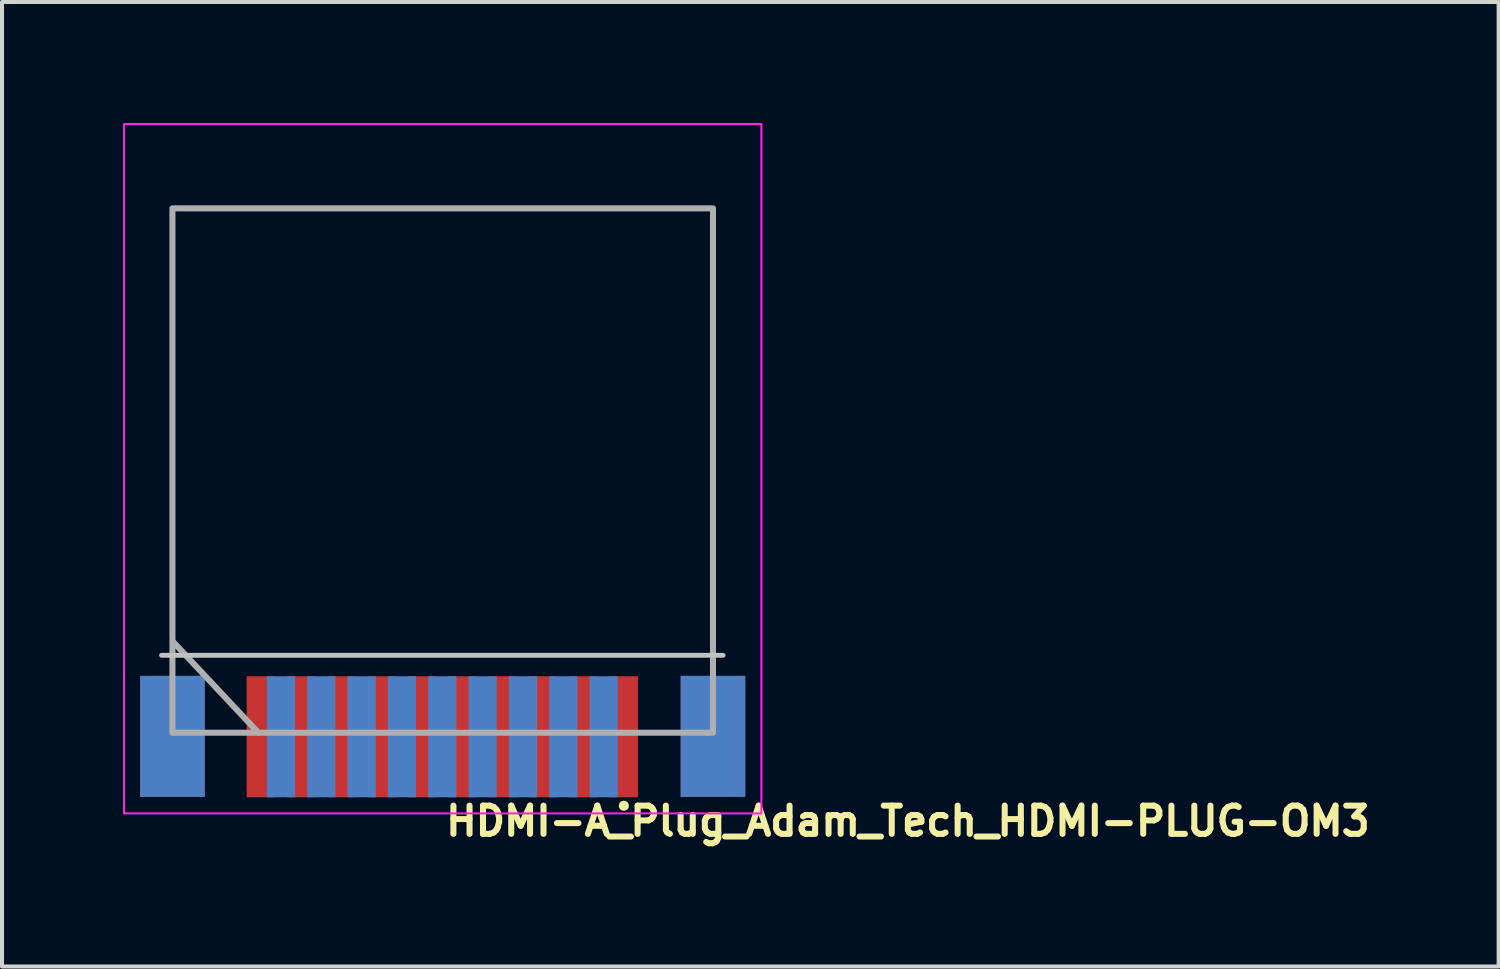
<source format=kicad_pcb>
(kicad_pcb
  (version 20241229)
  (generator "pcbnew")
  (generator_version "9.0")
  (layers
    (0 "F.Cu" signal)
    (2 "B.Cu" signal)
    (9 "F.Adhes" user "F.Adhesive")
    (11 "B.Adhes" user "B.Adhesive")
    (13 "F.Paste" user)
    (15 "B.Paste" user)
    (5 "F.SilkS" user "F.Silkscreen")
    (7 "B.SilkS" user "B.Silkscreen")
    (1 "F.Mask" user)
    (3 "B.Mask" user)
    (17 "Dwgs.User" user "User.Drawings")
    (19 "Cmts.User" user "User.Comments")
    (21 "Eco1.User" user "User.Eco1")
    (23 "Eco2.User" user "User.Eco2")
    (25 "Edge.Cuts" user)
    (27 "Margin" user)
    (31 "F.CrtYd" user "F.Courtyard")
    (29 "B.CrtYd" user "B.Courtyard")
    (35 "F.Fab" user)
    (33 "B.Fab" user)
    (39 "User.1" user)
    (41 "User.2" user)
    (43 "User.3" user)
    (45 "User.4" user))
  (footprint "HDMI-A_Plug_Adam_Tech_HDMI-PLUG-OM3"
    (layer "F.Cu")
    (at 7.915 8.025)
    (property "Reference" "HDMI-A_Plug_Adam_Tech_HDMI-PLUG-OM3" (at 0.01 9.69 0) (unlocked yes) (layer "F.SilkS") (effects (font (size 0.7 0.7) (thickness 0.15)) (justify left bottom)))
    (attr smd)
    (fp_circle (center 4.5 8.9) (end 4.55 8.9) (stroke (width 0.15) (type solid)) (fill yes) (layer "F.SilkS"))
    (fp_line (start -6.96 5.17) (end 6.96 5.17) (stroke (width 0.12) (type default)) (layer "Dwgs.User"))
    (fp_rect (start -7.89 -8) (end 7.91 9.09) (stroke (width 0.05) (type solid)) (fill no) (layer "F.CrtYd"))
    (fp_line (start -6.68 4.83) (end -4.56 7.09) (stroke (width 0.15) (type solid)) (layer "F.Fab"))
    (fp_rect (start -6.69 -5.91) (end 6.71 7.09) (stroke (width 0.15) (type solid)) (fill no) (layer "F.Fab"))
    (fp_rect (start -6.985 -7.6) (end 6.985 7.6) (stroke (width 0.1) (type solid)) (fill no) (layer "User.5"))
    (fp_line (start -6.985 -7.6) (end -6.985 2.1) (stroke (width 0.02) (type solid)) (layer "User.9"))
    (fp_line (start -6.985 -7.6) (end -6.985 5.2) (stroke (width 0.02) (type solid)) (layer "User.9"))
    (fp_line (start -6.985 -7.6) (end -6.983 -7.6) (stroke (width 0.02) (type solid)) (layer "User.9"))
    (fp_line (start -6.985 2.1) (end -6.985 5.2) (stroke (width 0.02) (type solid)) (layer "User.9"))
    (fp_line (start -6.985 5.2) (end -6.985 7.6) (stroke (width 0.02) (type solid)) (layer "User.9"))
    (fp_line (start -6.985 5.2) (end -6.983 5.2) (stroke (width 0.02) (type solid)) (layer "User.9"))
    (fp_line (start -6.985 5.2) (end -6.983 5.2) (stroke (width 0.02) (type solid)) (layer "User.9"))
    (fp_line (start -6.983 -7.6) (end -6.975 -7.6) (stroke (width 0.02) (type solid)) (layer "User.9"))
    (fp_line (start -6.983 5.2) (end -6.977 5.2) (stroke (width 0.02) (type solid)) (layer "User.9"))
    (fp_line (start -6.983 5.2) (end -6.977 5.2) (stroke (width 0.02) (type solid)) (layer "User.9"))
    (fp_line (start -6.977 5.2) (end -6.967 5.2) (stroke (width 0.02) (type solid)) (layer "User.9"))
    (fp_line (start -6.975 -7.6) (end -6.964 -7.6) (stroke (width 0.02) (type solid)) (layer "User.9"))
    (fp_line (start -6.967 5.2) (end -6.954 5.2) (stroke (width 0.02) (type solid)) (layer "User.9"))
    (fp_line (start -6.964 -7.6) (end -6.947 -7.6) (stroke (width 0.02) (type solid)) (layer "User.9"))
    (fp_line (start -6.954 5.2) (end -6.938 5.2) (stroke (width 0.02) (type solid)) (layer "User.9"))
    (fp_line (start -6.947 -7.6) (end -6.927 -7.6) (stroke (width 0.02) (type solid)) (layer "User.9"))
    (fp_line (start -6.938 5.2) (end -6.919 5.2) (stroke (width 0.02) (type solid)) (layer "User.9"))
    (fp_line (start -6.927 -7.6) (end -6.902 -7.6) (stroke (width 0.02) (type solid)) (layer "User.9"))
    (fp_line (start -6.919 5.2) (end -6.897 5.2) (stroke (width 0.02) (type solid)) (layer "User.9"))
    (fp_line (start -6.902 -7.6) (end -6.873 -7.6) (stroke (width 0.02) (type solid)) (layer "User.9"))
    (fp_line (start -6.897 5.2) (end -6.871 5.2) (stroke (width 0.02) (type solid)) (layer "User.9"))
    (fp_line (start -6.873 -7.6) (end -6.842 -7.6) (stroke (width 0.02) (type solid)) (layer "User.9"))
    (fp_line (start -6.871 5.2) (end -6.844 5.2) (stroke (width 0.02) (type solid)) (layer "User.9"))
    (fp_line (start -6.858 5.2) (end -6.858 7.6) (stroke (width 0.02) (type solid)) (layer "User.9"))
    (fp_line (start -6.858 5.225) (end -6.858 5.2) (stroke (width 0.02) (type solid)) (layer "User.9"))
    (fp_line (start -6.858 7.6) (end -6.985 7.6) (stroke (width 0.02) (type solid)) (layer "User.9"))
    (fp_line (start -6.844 5.2) (end -6.814 5.2) (stroke (width 0.02) (type solid)) (layer "User.9"))
    (fp_line (start -6.842 -7.6) (end -6.807 -7.6) (stroke (width 0.02) (type solid)) (layer "User.9"))
    (fp_line (start -6.814 5.2) (end -6.782 5.2) (stroke (width 0.02) (type solid)) (layer "User.9"))
    (fp_line (start -6.807 -7.6) (end -6.769 -7.6) (stroke (width 0.02) (type solid)) (layer "User.9"))
    (fp_line (start -6.782 5.2) (end -6.749 5.2) (stroke (width 0.02) (type solid)) (layer "User.9"))
    (fp_line (start -6.769 -7.6) (end -6.73 -7.6) (stroke (width 0.02) (type solid)) (layer "User.9"))
    (fp_line (start -6.749 5.2) (end -6.714 5.2) (stroke (width 0.02) (type solid)) (layer "User.9"))
    (fp_line (start -6.73 -7.6) (end -6.689 -7.6) (stroke (width 0.02) (type solid)) (layer "User.9"))
    (fp_line (start -6.714 5.2) (end -6.678 5.2) (stroke (width 0.02) (type solid)) (layer "User.9"))
    (fp_line (start -6.689 -7.6) (end -6.647 -7.6) (stroke (width 0.02) (type solid)) (layer "User.9"))
    (fp_line (start -6.678 5.2) (end -6.641 5.2) (stroke (width 0.02) (type solid)) (layer "User.9"))
    (fp_line (start -6.647 -7.6) (end -6.604 -7.6) (stroke (width 0.02) (type solid)) (layer "User.9"))
    (fp_line (start -6.641 5.2) (end -6.604 5.2) (stroke (width 0.02) (type solid)) (layer "User.9"))
    (fp_line (start -6.604 -7.6) (end -6.604 5.2) (stroke (width 0.02) (type solid)) (layer "User.9"))
    (fp_line (start -6.604 -7.6) (end 6.604 -7.6) (stroke (width 0.02) (type solid)) (layer "User.9"))
    (fp_line (start -4.7 7.6) (end -4.7 5.2) (stroke (width 0.02) (type solid)) (layer "User.9"))
    (fp_line (start -4.7 7.6) (end -4.3 7.6) (stroke (width 0.02) (type solid)) (layer "User.9"))
    (fp_line (start -4.3 5.2) (end -4.3 7.6) (stroke (width 0.02) (type solid)) (layer "User.9"))
    (fp_line (start -4.2 7.6) (end -4.2 5.2) (stroke (width 0.02) (type solid)) (layer "User.9"))
    (fp_line (start -3.8 5.2) (end -3.8 7.6) (stroke (width 0.02) (type solid)) (layer "User.9"))
    (fp_line (start -3.8 7.6) (end -4.2 7.6) (stroke (width 0.02) (type solid)) (layer "User.9"))
    (fp_line (start -3.7 7.6) (end -3.7 5.2) (stroke (width 0.02) (type solid)) (layer "User.9"))
    (fp_line (start -3.7 7.6) (end -3.3 7.6) (stroke (width 0.02) (type solid)) (layer "User.9"))
    (fp_line (start -3.3 5.2) (end -3.3 7.6) (stroke (width 0.02) (type solid)) (layer "User.9"))
    (fp_line (start -3.2 7.6) (end -3.2 5.2) (stroke (width 0.02) (type solid)) (layer "User.9"))
    (fp_line (start -2.8 5.2) (end -2.8 7.6) (stroke (width 0.02) (type solid)) (layer "User.9"))
    (fp_line (start -2.8 7.6) (end -3.2 7.6) (stroke (width 0.02) (type solid)) (layer "User.9"))
    (fp_line (start -2.7 7.6) (end -2.7 5.2) (stroke (width 0.02) (type solid)) (layer "User.9"))
    (fp_line (start -2.7 7.6) (end -2.3 7.6) (stroke (width 0.02) (type solid)) (layer "User.9"))
    (fp_line (start -2.3 5.2) (end -2.3 7.6) (stroke (width 0.02) (type solid)) (layer "User.9"))
    (fp_line (start -2.2 7.6) (end -2.2 5.2) (stroke (width 0.02) (type solid)) (layer "User.9"))
    (fp_line (start -1.8 5.2) (end -1.8 7.6) (stroke (width 0.02) (type solid)) (layer "User.9"))
    (fp_line (start -1.8 7.6) (end -2.2 7.6) (stroke (width 0.02) (type solid)) (layer "User.9"))
    (fp_line (start -1.7 7.6) (end -1.7 5.2) (stroke (width 0.02) (type solid)) (layer "User.9"))
    (fp_line (start -1.7 7.6) (end -1.3 7.6) (stroke (width 0.02) (type solid)) (layer "User.9"))
    (fp_line (start -1.3 5.2) (end -1.3 7.6) (stroke (width 0.02) (type solid)) (layer "User.9"))
    (fp_line (start -1.2 7.6) (end -1.2 5.2) (stroke (width 0.02) (type solid)) (layer "User.9"))
    (fp_line (start -0.8 5.2) (end -0.8 7.6) (stroke (width 0.02) (type solid)) (layer "User.9"))
    (fp_line (start -0.8 7.6) (end -1.2 7.6) (stroke (width 0.02) (type solid)) (layer "User.9"))
    (fp_line (start -0.7 7.6) (end -0.7 5.2) (stroke (width 0.02) (type solid)) (layer "User.9"))
    (fp_line (start -0.7 7.6) (end -0.3 7.6) (stroke (width 0.02) (type solid)) (layer "User.9"))
    (fp_line (start -0.3 5.2) (end -0.3 7.6) (stroke (width 0.02) (type solid)) (layer "User.9"))
    (fp_line (start -0.2 7.6) (end -0.2 5.2) (stroke (width 0.02) (type solid)) (layer "User.9"))
    (fp_line (start 0.2 5.2) (end 0.2 7.6) (stroke (width 0.02) (type solid)) (layer "User.9"))
    (fp_line (start 0.2 7.6) (end -0.2 7.6) (stroke (width 0.02) (type solid)) (layer "User.9"))
    (fp_line (start 0.3 7.6) (end 0.3 5.2) (stroke (width 0.02) (type solid)) (layer "User.9"))
    (fp_line (start 0.3 7.6) (end 0.7 7.6) (stroke (width 0.02) (type solid)) (layer "User.9"))
    (fp_line (start 0.7 5.2) (end 0.7 7.6) (stroke (width 0.02) (type solid)) (layer "User.9"))
    (fp_line (start 0.8 7.6) (end 0.8 5.2) (stroke (width 0.02) (type solid)) (layer "User.9"))
    (fp_line (start 1.2 5.2) (end 1.2 7.6) (stroke (width 0.02) (type solid)) (layer "User.9"))
    (fp_line (start 1.2 7.6) (end 0.8 7.6) (stroke (width 0.02) (type solid)) (layer "User.9"))
    (fp_line (start 1.3 7.6) (end 1.3 5.2) (stroke (width 0.02) (type solid)) (layer "User.9"))
    (fp_line (start 1.3 7.6) (end 1.7 7.6) (stroke (width 0.02) (type solid)) (layer "User.9"))
    (fp_line (start 1.7 5.2) (end 1.7 7.6) (stroke (width 0.02) (type solid)) (layer "User.9"))
    (fp_line (start 1.8 7.6) (end 1.8 5.2) (stroke (width 0.02) (type solid)) (layer "User.9"))
    (fp_line (start 2.2 5.2) (end 2.2 7.6) (stroke (width 0.02) (type solid)) (layer "User.9"))
    (fp_line (start 2.2 7.6) (end 1.8 7.6) (stroke (width 0.02) (type solid)) (layer "User.9"))
    (fp_line (start 2.3 7.6) (end 2.3 5.2) (stroke (width 0.02) (type solid)) (layer "User.9"))
    (fp_line (start 2.3 7.6) (end 2.7 7.6) (stroke (width 0.02) (type solid)) (layer "User.9"))
    (fp_line (start 2.7 5.2) (end 2.7 7.6) (stroke (width 0.02) (type solid)) (layer "User.9"))
    (fp_line (start 2.8 7.6) (end 2.8 5.2) (stroke (width 0.02) (type solid)) (layer "User.9"))
    (fp_line (start 3.2 5.2) (end 3.2 7.6) (stroke (width 0.02) (type solid)) (layer "User.9"))
    (fp_line (start 3.2 7.6) (end 2.8 7.6) (stroke (width 0.02) (type solid)) (layer "User.9"))
    (fp_line (start 3.3 7.6) (end 3.3 5.2) (stroke (width 0.02) (type solid)) (layer "User.9"))
    (fp_line (start 3.3 7.6) (end 3.7 7.6) (stroke (width 0.02) (type solid)) (layer "User.9"))
    (fp_line (start 3.7 5.2) (end 3.7 7.6) (stroke (width 0.02) (type solid)) (layer "User.9"))
    (fp_line (start 3.8 7.6) (end 3.8 5.2) (stroke (width 0.02) (type solid)) (layer "User.9"))
    (fp_line (start 4.2 5.2) (end 4.2 7.6) (stroke (width 0.02) (type solid)) (layer "User.9"))
    (fp_line (start 4.2 7.6) (end 3.8 7.6) (stroke (width 0.02) (type solid)) (layer "User.9"))
    (fp_line (start 4.3 5.2) (end 4.3 7.6) (stroke (width 0.02) (type solid)) (layer "User.9"))
    (fp_line (start 4.3 7.6) (end 4.7 7.6) (stroke (width 0.02) (type solid)) (layer "User.9"))
    (fp_line (start 4.7 7.6) (end 4.7 5.2) (stroke (width 0.02) (type solid)) (layer "User.9"))
    (fp_line (start 6.604 -7.6) (end 6.604 5.2) (stroke (width 0.02) (type solid)) (layer "User.9"))
    (fp_line (start 6.604 -7.6) (end 6.647 -7.6) (stroke (width 0.02) (type solid)) (layer "User.9"))
    (fp_line (start 6.604 5.2) (end -6.604 5.2) (stroke (width 0.02) (type solid)) (layer "User.9"))
    (fp_line (start 6.604 5.2) (end 6.637 5.2) (stroke (width 0.02) (type solid)) (layer "User.9"))
    (fp_line (start 6.637 5.2) (end 6.669 5.2) (stroke (width 0.02) (type solid)) (layer "User.9"))
    (fp_line (start 6.647 -7.6) (end 6.689 -7.6) (stroke (width 0.02) (type solid)) (layer "User.9"))
    (fp_line (start 6.669 5.2) (end 6.701 5.2) (stroke (width 0.02) (type solid)) (layer "User.9"))
    (fp_line (start 6.689 -7.6) (end 6.73 -7.6) (stroke (width 0.02) (type solid)) (layer "User.9"))
    (fp_line (start 6.701 5.2) (end 6.732 5.2) (stroke (width 0.02) (type solid)) (layer "User.9"))
    (fp_line (start 6.73 -7.6) (end 6.769 -7.6) (stroke (width 0.02) (type solid)) (layer "User.9"))
    (fp_line (start 6.732 5.2) (end 6.762 5.2) (stroke (width 0.02) (type solid)) (layer "User.9"))
    (fp_line (start 6.762 5.2) (end 6.791 5.2) (stroke (width 0.02) (type solid)) (layer "User.9"))
    (fp_line (start 6.769 -7.6) (end 6.807 -7.6) (stroke (width 0.02) (type solid)) (layer "User.9"))
    (fp_line (start 6.791 5.2) (end 6.819 5.2) (stroke (width 0.02) (type solid)) (layer "User.9"))
    (fp_line (start 6.807 -7.6) (end 6.842 -7.6) (stroke (width 0.02) (type solid)) (layer "User.9"))
    (fp_line (start 6.819 5.2) (end 6.845 5.2) (stroke (width 0.02) (type solid)) (layer "User.9"))
    (fp_line (start 6.842 -7.6) (end 6.873 -7.6) (stroke (width 0.02) (type solid)) (layer "User.9"))
    (fp_line (start 6.845 5.2) (end 6.869 5.2) (stroke (width 0.02) (type solid)) (layer "User.9"))
    (fp_line (start 6.858 5.2) (end 6.858 5.23) (stroke (width 0.02) (type solid)) (layer "User.9"))
    (fp_line (start 6.858 5.2) (end 6.858 7.6) (stroke (width 0.02) (type solid)) (layer "User.9"))
    (fp_line (start 6.859 5.2) (end 6.977 5.2) (stroke (width 0.02) (type solid)) (layer "User.9"))
    (fp_line (start 6.869 5.2) (end 6.891 5.2) (stroke (width 0.02) (type solid)) (layer "User.9"))
    (fp_line (start 6.873 -7.6) (end 6.902 -7.6) (stroke (width 0.02) (type solid)) (layer "User.9"))
    (fp_line (start 6.891 5.2) (end 6.912 5.2) (stroke (width 0.02) (type solid)) (layer "User.9"))
    (fp_line (start 6.902 -7.6) (end 6.927 -7.6) (stroke (width 0.02) (type solid)) (layer "User.9"))
    (fp_line (start 6.912 5.2) (end 6.93 5.2) (stroke (width 0.02) (type solid)) (layer "User.9"))
    (fp_line (start 6.927 -7.6) (end 6.947 -7.6) (stroke (width 0.02) (type solid)) (layer "User.9"))
    (fp_line (start 6.93 5.2) (end 6.945 5.2) (stroke (width 0.02) (type solid)) (layer "User.9"))
    (fp_line (start 6.945 5.2) (end 6.959 5.2) (stroke (width 0.02) (type solid)) (layer "User.9"))
    (fp_line (start 6.947 -7.6) (end 6.964 -7.6) (stroke (width 0.02) (type solid)) (layer "User.9"))
    (fp_line (start 6.959 5.2) (end 6.977 5.2) (stroke (width 0.02) (type solid)) (layer "User.9"))
    (fp_line (start 6.964 -7.6) (end 6.975 -7.6) (stroke (width 0.02) (type solid)) (layer "User.9"))
    (fp_line (start 6.975 -7.6) (end 6.983 -7.6) (stroke (width 0.02) (type solid)) (layer "User.9"))
    (fp_line (start 6.983 -7.6) (end 6.985 -7.6) (stroke (width 0.02) (type solid)) (layer "User.9"))
    (fp_line (start 6.985 -7.6) (end 6.985 2.1) (stroke (width 0.02) (type solid)) (layer "User.9"))
    (fp_line (start 6.985 -7.6) (end 6.985 5.2) (stroke (width 0.02) (type solid)) (layer "User.9"))
    (fp_line (start 6.985 2.1) (end 6.985 5.2) (stroke (width 0.02) (type solid)) (layer "User.9"))
    (fp_line (start 6.985 5.2) (end 6.977 5.2) (stroke (width 0.02) (type solid)) (layer "User.9"))
    (fp_line (start 6.985 5.2) (end 6.985 7.6) (stroke (width 0.02) (type solid)) (layer "User.9"))
    (fp_line (start 6.985 7.6) (end 6.858 7.6) (stroke (width 0.02) (type solid)) (layer "User.9"))
    (pad "1" smd rect (at 4.5 7.19 180) (size 0.7 3) (layers "F.Cu" "F.Mask"))
    (pad "2" smd rect (at 4 7.19 180) (size 0.7 3) (layers "B.Cu" "B.Mask"))
    (pad "3" smd rect (at 3.5 7.19 180) (size 0.7 3) (layers "F.Cu" "F.Mask"))
    (pad "4" smd rect (at 3 7.19 180) (size 0.7 3) (layers "B.Cu" "B.Mask"))
    (pad "5" smd rect (at 2.5 7.19 180) (size 0.7 3) (layers "F.Cu" "F.Mask"))
    (pad "6" smd rect (at 2 7.19 180) (size 0.7 3) (layers "B.Cu" "B.Mask"))
    (pad "7" smd rect (at 1.5 7.19 180) (size 0.7 3) (layers "F.Cu" "F.Mask"))
    (pad "8" smd rect (at 1 7.19 180) (size 0.7 3) (layers "B.Cu" "B.Mask"))
    (pad "9" smd rect (at 0.5 7.19 180) (size 0.7 3) (layers "F.Cu" "F.Mask"))
    (pad "10" smd rect (at 0 7.19 180) (size 0.7 3) (layers "B.Cu" "B.Mask"))
    (pad "11" smd rect (at -0.5 7.19 180) (size 0.7 3) (layers "F.Cu" "F.Mask"))
    (pad "12" smd rect (at -1 7.19 180) (size 0.7 3) (layers "B.Cu" "B.Mask"))
    (pad "13" smd rect (at -1.5 7.19 180) (size 0.7 3) (layers "F.Cu" "F.Mask"))
    (pad "14" smd rect (at -2 7.19 180) (size 0.7 3) (layers "B.Cu" "B.Mask"))
    (pad "15" smd rect (at -2.5 7.19 180) (size 0.7 3) (layers "F.Cu" "F.Mask"))
    (pad "16" smd rect (at -3 7.19 180) (size 0.7 3) (layers "B.Cu" "B.Mask"))
    (pad "17" smd rect (at -3.5 7.19 180) (size 0.7 3) (layers "F.Cu" "F.Mask"))
    (pad "18" smd rect (at -4 7.19 180) (size 0.7 3) (layers "B.Cu" "B.Mask"))
    (pad "19" smd rect (at -4.5 7.19 180) (size 0.7 3) (layers "F.Cu" "F.Mask"))
    (pad "SH" smd rect (at -6.69 7.18) (size 1.6 3) (layers "F.Cu" "F.Mask"))
    (pad "SH" smd rect (at -6.69 7.18) (size 1.6 3) (layers "B.Cu" "B.Mask"))
    (pad "SH" smd rect (at 6.71 7.18) (size 1.6 3) (layers "F.Cu" "F.Mask"))
    (pad "SH" smd rect (at 6.71 7.18) (size 1.6 3) (layers "B.Cu" "B.Mask")))
  (gr_rect
    (start -3 -3)
    (end 34.102 20.91)
    (stroke (width 0.1) (type default))
    (fill no)
    (layer "Edge.Cuts")))
</source>
